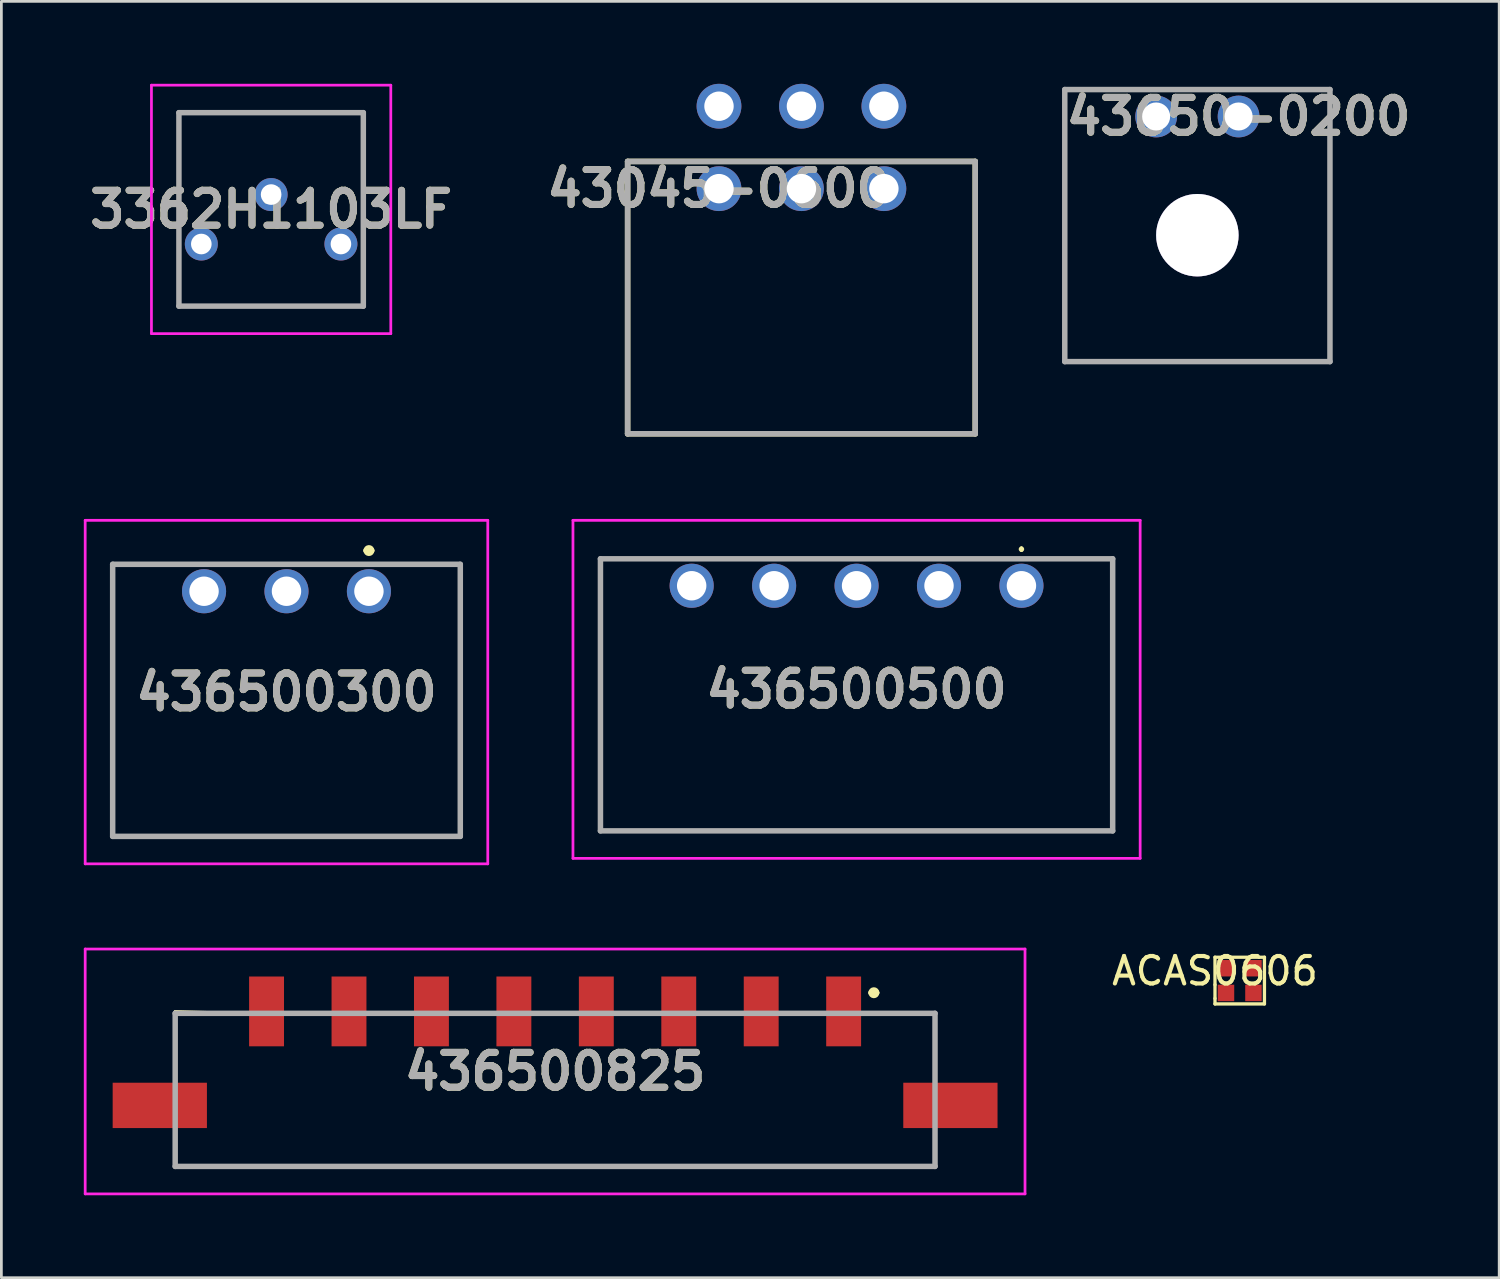
<source format=kicad_pcb>
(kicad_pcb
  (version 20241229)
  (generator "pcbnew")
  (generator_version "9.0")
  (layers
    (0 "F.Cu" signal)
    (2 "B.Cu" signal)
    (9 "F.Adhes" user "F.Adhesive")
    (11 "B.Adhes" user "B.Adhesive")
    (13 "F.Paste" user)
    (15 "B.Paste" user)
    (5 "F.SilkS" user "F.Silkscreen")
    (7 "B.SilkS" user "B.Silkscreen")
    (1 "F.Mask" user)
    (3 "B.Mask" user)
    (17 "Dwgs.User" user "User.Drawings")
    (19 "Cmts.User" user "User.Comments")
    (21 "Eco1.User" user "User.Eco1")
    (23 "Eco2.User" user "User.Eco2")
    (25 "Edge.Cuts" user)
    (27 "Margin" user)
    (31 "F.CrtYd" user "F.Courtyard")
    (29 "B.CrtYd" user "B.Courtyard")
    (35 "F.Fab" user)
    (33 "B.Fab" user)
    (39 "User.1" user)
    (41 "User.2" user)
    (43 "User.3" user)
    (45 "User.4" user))
  (footprint "43045-0600"
    (layer "F.Cu")
    (at 26.114 8.135)
    (property "Reference" "43045-0600" (at -3 -4.32 0) (layer "F.SilkS") (effects (font (size 1.27 1.27) (thickness 0.254))))
    (attr through_hole)
    (fp_line (start -6.325 -5.31) (end 6.325 -5.31) (stroke (width 0.2) (type solid)) (layer "F.SilkS"))
    (fp_line (start -6.325 4.6) (end -6.325 -5.31) (stroke (width 0.2) (type solid)) (layer "F.SilkS"))
    (fp_line (start 6.325 -5.31) (end 6.325 4.6) (stroke (width 0.2) (type solid)) (layer "F.SilkS"))
    (fp_line (start 6.325 4.6) (end -6.325 4.6) (stroke (width 0.2) (type solid)) (layer "F.SilkS"))
    (fp_line (start -6.325 -5.31) (end 6.325 -5.31) (stroke (width 0.2) (type solid)) (layer "F.Fab"))
    (fp_line (start -6.325 4.6) (end -6.325 -5.31) (stroke (width 0.2) (type solid)) (layer "F.Fab"))
    (fp_line (start 6.325 -5.31) (end 6.325 4.6) (stroke (width 0.2) (type solid)) (layer "F.Fab"))
    (fp_line (start 6.325 4.6) (end -6.325 4.6) (stroke (width 0.2) (type solid)) (layer "F.Fab"))
    (fp_text user "${REFERENCE}" (at -3 -4.32 0) (layer "F.Fab") (effects (font (size 1.27 1.27) (thickness 0.254))))
    (pad "" np_thru_hole circle (at 0 0) (size 0.001 0.001) (drill 3) (layers "*.Cu" "*.Mask"))
    (pad "1" thru_hole circle (at -3 -4.32) (size 1.63 1.63) (drill 1.07) (layers "*.Cu" "*.Mask"))
    (pad "2" thru_hole circle (at 0 -4.32) (size 1.63 1.63) (drill 1.07) (layers "*.Cu" "*.Mask"))
    (pad "3" thru_hole circle (at 3 -4.32) (size 1.63 1.63) (drill 1.07) (layers "*.Cu" "*.Mask"))
    (pad "4" thru_hole circle (at 3 -7.32) (size 1.63 1.63) (drill 1.07) (layers "*.Cu" "*.Mask"))
    (pad "5" thru_hole circle (at 0 -7.32) (size 1.63 1.63) (drill 1.07) (layers "*.Cu" "*.Mask"))
    (pad "6" thru_hole circle (at -3 -7.32) (size 1.63 1.63) (drill 1.07) (layers "*.Cu" "*.Mask")))
  (footprint "436500825"
    (layer "F.Cu")
    (at 17.15 36.575)
    (property "Reference" "436500825" (at 0 -0.635 0) (layer "F.SilkS") (effects (font (size 1.27 1.27) (thickness 0.254))))
    (attr smd)
    (fp_line (start -13.825 -2.82) (end -13.825 -1) (stroke (width 0.1) (type solid)) (layer "F.SilkS"))
    (fp_line (start -13.825 2) (end -13.825 2.82) (stroke (width 0.1) (type solid)) (layer "F.SilkS"))
    (fp_line (start -13.825 2.82) (end 13.825 2.82) (stroke (width 0.1) (type solid)) (layer "F.SilkS"))
    (fp_line (start -11.5 -2.75) (end -13.825 -2.82) (stroke (width 0.1) (type solid)) (layer "F.SilkS"))
    (fp_line (start 11.5 -3.5) (end 11.5 -3.5) (stroke (width 0.2) (type solid)) (layer "F.SilkS"))
    (fp_line (start 11.5 -2.75) (end 13.825 -2.75) (stroke (width 0.1) (type solid)) (layer "F.SilkS"))
    (fp_line (start 11.7 -3.5) (end 11.7 -3.5) (stroke (width 0.2) (type solid)) (layer "F.SilkS"))
    (fp_line (start 13.825 -2.75) (end 13.825 -1) (stroke (width 0.1) (type solid)) (layer "F.SilkS"))
    (fp_line (start 13.825 2.82) (end 13.825 2) (stroke (width 0.1) (type solid)) (layer "F.SilkS"))
    (fp_arc (start 11.5 -3.5) (mid 11.6 -3.6) (end 11.7 -3.5) (stroke (width 0.2) (type solid)) (layer "F.SilkS"))
    (fp_arc (start 11.7 -3.5) (mid 11.6 -3.4) (end 11.5 -3.5) (stroke (width 0.2) (type solid)) (layer "F.SilkS"))
    (fp_line (start -17.1 -5.09) (end 17.1 -5.09) (stroke (width 0.1) (type solid)) (layer "F.CrtYd"))
    (fp_line (start -17.1 3.82) (end -17.1 -5.09) (stroke (width 0.1) (type solid)) (layer "F.CrtYd"))
    (fp_line (start 17.1 -5.09) (end 17.1 3.82) (stroke (width 0.1) (type solid)) (layer "F.CrtYd"))
    (fp_line (start 17.1 3.82) (end -17.1 3.82) (stroke (width 0.1) (type solid)) (layer "F.CrtYd"))
    (fp_line (start -13.825 -2.75) (end 13.825 -2.75) (stroke (width 0.2) (type solid)) (layer "F.Fab"))
    (fp_line (start -13.825 2.82) (end -13.825 -2.75) (stroke (width 0.2) (type solid)) (layer "F.Fab"))
    (fp_line (start 13.825 -2.75) (end 13.825 2.82) (stroke (width 0.2) (type solid)) (layer "F.Fab"))
    (fp_line (start 13.825 2.82) (end -13.825 2.82) (stroke (width 0.2) (type solid)) (layer "F.Fab"))
    (fp_text user "${REFERENCE}" (at 0 -0.635 0) (layer "F.Fab") (effects (font (size 1.27 1.27) (thickness 0.254))))
    (pad "1" smd rect (at 10.5 -2.82) (size 1.27 2.54) (layers "F.Cu" "F.Mask" "F.Paste"))
    (pad "2" smd rect (at 7.5 -2.82) (size 1.27 2.54) (layers "F.Cu" "F.Mask" "F.Paste"))
    (pad "3" smd rect (at 4.5 -2.82) (size 1.27 2.54) (layers "F.Cu" "F.Mask" "F.Paste"))
    (pad "4" smd rect (at 1.5 -2.82) (size 1.27 2.54) (layers "F.Cu" "F.Mask" "F.Paste"))
    (pad "5" smd rect (at -1.5 -2.82) (size 1.27 2.54) (layers "F.Cu" "F.Mask" "F.Paste"))
    (pad "6" smd rect (at -4.5 -2.82) (size 1.27 2.54) (layers "F.Cu" "F.Mask" "F.Paste"))
    (pad "7" smd rect (at -7.5 -2.82) (size 1.27 2.54) (layers "F.Cu" "F.Mask" "F.Paste"))
    (pad "8" smd rect (at -10.5 -2.82) (size 1.27 2.54) (layers "F.Cu" "F.Mask" "F.Paste"))
    (pad "MP1" smd rect (at -14.385 0.6 90) (size 1.65 3.43) (layers "F.Cu" "F.Mask" "F.Paste"))
    (pad "MP2" smd rect (at 14.385 0.6 90) (size 1.65 3.43) (layers "F.Cu" "F.Mask" "F.Paste")))
  (footprint "ACAS0606"
    (layer "F.Cu")
    (at 41.163 31.783)
    (property "Reference" "ACAS0606" (at 0 0.5 0) (layer "F.SilkS") (effects (font (size 1 1) (thickness 0.15))))
    (attr through_hole)
    (fp_line (start 0 0) (end 1.6 0) (stroke (width 0.12) (type solid)) (layer "F.SilkS"))
    (fp_line (start 0 1) (end 0 0) (stroke (width 0.12) (type solid)) (layer "F.SilkS"))
    (fp_line (start 0 1.5) (end 0 1) (stroke (width 0.12) (type solid)) (layer "F.SilkS"))
    (fp_line (start 0 1.7) (end 0 1.5) (stroke (width 0.12) (type solid)) (layer "F.SilkS"))
    (fp_line (start 1.6 0) (end 1.8 0) (stroke (width 0.12) (type solid)) (layer "F.SilkS"))
    (fp_line (start 1.8 0) (end 1.8 1.7) (stroke (width 0.12) (type solid)) (layer "F.SilkS"))
    (fp_line (start 1.8 1.7) (end 0 1.7) (stroke (width 0.12) (type solid)) (layer "F.SilkS"))
    (pad "1" smd rect (at 0.4 1.3) (size 0.6 0.6) (layers "F.Cu" "F.Mask" "F.Paste"))
    (pad "2" smd rect (at 1.4 1.3) (size 0.6 0.6) (layers "F.Cu" "F.Mask" "F.Paste"))
    (pad "3" smd rect (at 1.4 0.4) (size 0.6 0.6) (layers "F.Cu" "F.Mask" "F.Paste"))
    (pad "4" smd rect (at 0.4 0.4) (size 0.6 0.6) (layers "F.Cu" "F.Mask" "F.Paste")))
  (footprint "436500500"
    (layer "F.Cu")
    (at 34.12 18.265)
    (property "Reference" "436500500" (at -6 3.77 0) (layer "F.SilkS") (effects (font (size 1.27 1.27) (thickness 0.254))))
    (attr through_hole)
    (fp_line (start -15.32 -0.98) (end -15.32 8.92) (stroke (width 0.1) (type solid)) (layer "F.SilkS"))
    (fp_line (start -15.32 8.92) (end 3.32 8.92) (stroke (width 0.1) (type solid)) (layer "F.SilkS"))
    (fp_line (start -13 -0.98) (end -15.32 -0.98) (stroke (width 0.1) (type solid)) (layer "F.SilkS"))
    (fp_line (start 0 -1.38) (end 0 -1.38) (stroke (width 0.1) (type solid)) (layer "F.SilkS"))
    (fp_line (start 0 -1.28) (end 0 -1.28) (stroke (width 0.1) (type solid)) (layer "F.SilkS"))
    (fp_line (start 1 -0.98) (end 1.5 -0.98) (stroke (width 0.1) (type solid)) (layer "F.SilkS"))
    (fp_line (start 3.32 -0.98) (end 1.5 -0.98) (stroke (width 0.1) (type solid)) (layer "F.SilkS"))
    (fp_line (start 3.32 8.92) (end 3.32 -0.98) (stroke (width 0.1) (type solid)) (layer "F.SilkS"))
    (fp_arc (start 0 -1.38) (mid 0.05 -1.33) (end 0 -1.28) (stroke (width 0.1) (type solid)) (layer "F.SilkS"))
    (fp_arc (start 0 -1.28) (mid -0.05 -1.33) (end 0 -1.38) (stroke (width 0.1) (type solid)) (layer "F.SilkS"))
    (fp_line (start -16.32 -2.38) (end 4.32 -2.38) (stroke (width 0.1) (type solid)) (layer "F.CrtYd"))
    (fp_line (start -16.32 9.92) (end -16.32 -2.38) (stroke (width 0.1) (type solid)) (layer "F.CrtYd"))
    (fp_line (start 4.32 -2.38) (end 4.32 9.92) (stroke (width 0.1) (type solid)) (layer "F.CrtYd"))
    (fp_line (start 4.32 9.92) (end -16.32 9.92) (stroke (width 0.1) (type solid)) (layer "F.CrtYd"))
    (fp_line (start -15.32 -0.98) (end 3.32 -0.98) (stroke (width 0.2) (type solid)) (layer "F.Fab"))
    (fp_line (start -15.32 8.92) (end -15.32 -0.98) (stroke (width 0.2) (type solid)) (layer "F.Fab"))
    (fp_line (start 3.32 -0.98) (end 3.32 8.92) (stroke (width 0.2) (type solid)) (layer "F.Fab"))
    (fp_line (start 3.32 8.92) (end -15.32 8.92) (stroke (width 0.2) (type solid)) (layer "F.Fab"))
    (fp_text user "${REFERENCE}" (at -6 3.77 0) (layer "F.Fab") (effects (font (size 1.27 1.27) (thickness 0.254))))
    (pad "" np_thru_hole circle (at -9.85 4.32) (size 0.001 0.001) (drill 3.05) (layers "*.Cu" "*.Mask"))
    (pad "" np_thru_hole circle (at -2.15 4.32) (size 0.001 0.001) (drill 3.05) (layers "*.Cu" "*.Mask"))
    (pad "1" thru_hole circle (at 0 0) (size 1.605 1.605) (drill 1.07) (layers "*.Cu" "*.Mask"))
    (pad "2" thru_hole circle (at -3 0) (size 1.605 1.605) (drill 1.07) (layers "*.Cu" "*.Mask"))
    (pad "3" thru_hole circle (at -6 0) (size 1.605 1.605) (drill 1.07) (layers "*.Cu" "*.Mask"))
    (pad "4" thru_hole circle (at -9 0) (size 1.605 1.605) (drill 1.07) (layers "*.Cu" "*.Mask"))
    (pad "5" thru_hole circle (at -12 0) (size 1.605 1.605) (drill 1.07) (layers "*.Cu" "*.Mask")))
  (footprint "436500300"
    (layer "F.Cu")
    (at 7.375 22.135)
    (property "Reference" "436500300" (at 0 0 0) (layer "F.SilkS") (effects (font (size 1.27 1.27) (thickness 0.254))))
    (attr through_hole)
    (fp_line (start -6.325 -4.65) (end 6.325 -4.65) (stroke (width 0.1) (type solid)) (layer "F.SilkS"))
    (fp_line (start -6.325 5.25) (end -6.325 -4.65) (stroke (width 0.1) (type solid)) (layer "F.SilkS"))
    (fp_line (start 2.9 -5.15) (end 2.9 -5.15) (stroke (width 0.2) (type solid)) (layer "F.SilkS"))
    (fp_line (start 3.1 -5.15) (end 3.1 -5.15) (stroke (width 0.2) (type solid)) (layer "F.SilkS"))
    (fp_line (start 6.325 -4.65) (end 6.325 5.25) (stroke (width 0.1) (type solid)) (layer "F.SilkS"))
    (fp_line (start 6.325 5.25) (end -6.325 5.25) (stroke (width 0.1) (type solid)) (layer "F.SilkS"))
    (fp_arc (start 2.9 -5.15) (mid 3 -5.25) (end 3.1 -5.15) (stroke (width 0.2) (type solid)) (layer "F.SilkS"))
    (fp_arc (start 3.1 -5.15) (mid 3 -5.05) (end 2.9 -5.15) (stroke (width 0.2) (type solid)) (layer "F.SilkS"))
    (fp_line (start -7.325 -6.25) (end 7.325 -6.25) (stroke (width 0.1) (type solid)) (layer "F.CrtYd"))
    (fp_line (start -7.325 6.25) (end -7.325 -6.25) (stroke (width 0.1) (type solid)) (layer "F.CrtYd"))
    (fp_line (start 7.325 -6.25) (end 7.325 6.25) (stroke (width 0.1) (type solid)) (layer "F.CrtYd"))
    (fp_line (start 7.325 6.25) (end -7.325 6.25) (stroke (width 0.1) (type solid)) (layer "F.CrtYd"))
    (fp_line (start -6.325 -4.65) (end 6.325 -4.65) (stroke (width 0.2) (type solid)) (layer "F.Fab"))
    (fp_line (start -6.325 5.25) (end -6.325 -4.65) (stroke (width 0.2) (type solid)) (layer "F.Fab"))
    (fp_line (start 6.325 -4.65) (end 6.325 5.25) (stroke (width 0.2) (type solid)) (layer "F.Fab"))
    (fp_line (start 6.325 5.25) (end -6.325 5.25) (stroke (width 0.2) (type solid)) (layer "F.Fab"))
    (fp_text user "${REFERENCE}" (at 0 0 0) (layer "F.Fab") (effects (font (size 1.27 1.27) (thickness 0.254))))
    (pad "" np_thru_hole circle (at 0 0.65) (size 0.001 0.001) (drill 3.05) (layers "*.Cu" "*.Mask"))
    (pad "1" thru_hole circle (at 3 -3.67) (size 1.605 1.605) (drill 1.07) (layers "*.Cu" "*.Mask"))
    (pad "2" thru_hole circle (at 0 -3.67) (size 1.605 1.605) (drill 1.07) (layers "*.Cu" "*.Mask"))
    (pad "3" thru_hole circle (at -3 -3.67) (size 1.605 1.605) (drill 1.07) (layers "*.Cu" "*.Mask")))
  (footprint "3362H1103LF"
    (layer "F.Cu")
    (at 6.816 4.57)
    (property "Reference" "3362H1103LF" (at 0 0 0) (layer "F.SilkS") (effects (font (size 1.27 1.27) (thickness 0.254))))
    (attr through_hole)
    (fp_line (start -3.355 -3.52) (end -3.355 3.52) (stroke (width 0.1) (type solid)) (layer "F.SilkS"))
    (fp_line (start -3.355 3.52) (end 3.355 3.52) (stroke (width 0.1) (type solid)) (layer "F.SilkS"))
    (fp_line (start 3.355 -3.52) (end -3.355 -3.52) (stroke (width 0.1) (type solid)) (layer "F.SilkS"))
    (fp_line (start 3.355 3.52) (end 3.355 -3.52) (stroke (width 0.1) (type solid)) (layer "F.SilkS"))
    (fp_line (start -4.355 -4.52) (end -4.355 4.52) (stroke (width 0.1) (type solid)) (layer "F.CrtYd"))
    (fp_line (start -4.355 4.52) (end 4.355 4.52) (stroke (width 0.1) (type solid)) (layer "F.CrtYd"))
    (fp_line (start 4.355 -4.52) (end -4.355 -4.52) (stroke (width 0.1) (type solid)) (layer "F.CrtYd"))
    (fp_line (start 4.355 4.52) (end 4.355 -4.52) (stroke (width 0.1) (type solid)) (layer "F.CrtYd"))
    (fp_line (start -3.355 -3.52) (end -3.355 3.52) (stroke (width 0.2) (type solid)) (layer "F.Fab"))
    (fp_line (start -3.355 3.52) (end 3.355 3.52) (stroke (width 0.2) (type solid)) (layer "F.Fab"))
    (fp_line (start 3.355 -3.52) (end -3.355 -3.52) (stroke (width 0.2) (type solid)) (layer "F.Fab"))
    (fp_line (start 3.355 3.52) (end 3.355 -3.52) (stroke (width 0.2) (type solid)) (layer "F.Fab"))
    (fp_text user "${REFERENCE}" (at 0 0 0) (layer "F.Fab") (effects (font (size 1.27 1.27) (thickness 0.254))))
    (pad "1" thru_hole circle (at -2.54 1.26) (size 1.2 1.2) (drill 0.75) (layers "*.Cu" "*.Mask"))
    (pad "2" thru_hole circle (at 0 -0.54) (size 1.2 1.2) (drill 0.75) (layers "*.Cu" "*.Mask"))
    (pad "3" thru_hole circle (at 2.54 1.26) (size 1.2 1.2) (drill 0.75) (layers "*.Cu" "*.Mask")))
  (footprint "43650-0200"
    (layer "F.Cu")
    (at 42.022 1.189)
    (property "Reference" "43650-0200" (at 0 0 0) (layer "F.SilkS") (effects (font (size 1.27 1.27) (thickness 0.254))))
    (attr through_hole)
    (fp_line (start -6.325 -0.98) (end 3.325 -0.98) (stroke (width 0.1) (type solid)) (layer "F.SilkS"))
    (fp_line (start -6.325 8.92) (end -6.325 -0.98) (stroke (width 0.1) (type solid)) (layer "F.SilkS"))
    (fp_line (start 3.325 -0.98) (end 3.325 8.92) (stroke (width 0.1) (type solid)) (layer "F.SilkS"))
    (fp_line (start 3.325 8.92) (end -6.325 8.92) (stroke (width 0.1) (type solid)) (layer "F.SilkS"))
    (fp_line (start -6.325 -0.98) (end -6.325 8.92) (stroke (width 0.2) (type solid)) (layer "F.Fab"))
    (fp_line (start -6.325 8.92) (end 3.325 8.92) (stroke (width 0.2) (type solid)) (layer "F.Fab"))
    (fp_line (start 3.325 -0.98) (end -6.325 -0.98) (stroke (width 0.2) (type solid)) (layer "F.Fab"))
    (fp_line (start 3.325 8.92) (end 3.325 -0.98) (stroke (width 0.2) (type solid)) (layer "F.Fab"))
    (fp_text user "${REFERENCE}" (at 0 0 0) (layer "F.Fab") (effects (font (size 1.27 1.27) (thickness 0.254))))
    (pad "1" thru_hole circle (at 0 0) (size 1.52 1.52) (drill 1.02) (layers "*.Cu" "*.Mask"))
    (pad "2" thru_hole circle (at -3 0) (size 1.52 1.52) (drill 1.02) (layers "*.Cu" "*.Mask"))
    (pad "3" thru_hole circle (at -1.5 4.32) (size 3 3) (drill 3) (layers "*.Cu" "*.Mask")))
  (gr_rect
    (start -3 -3)
    (end 51.505 43.445)
    (stroke (width 0.1) (type default))
    (fill no)
    (layer "Edge.Cuts")))
</source>
